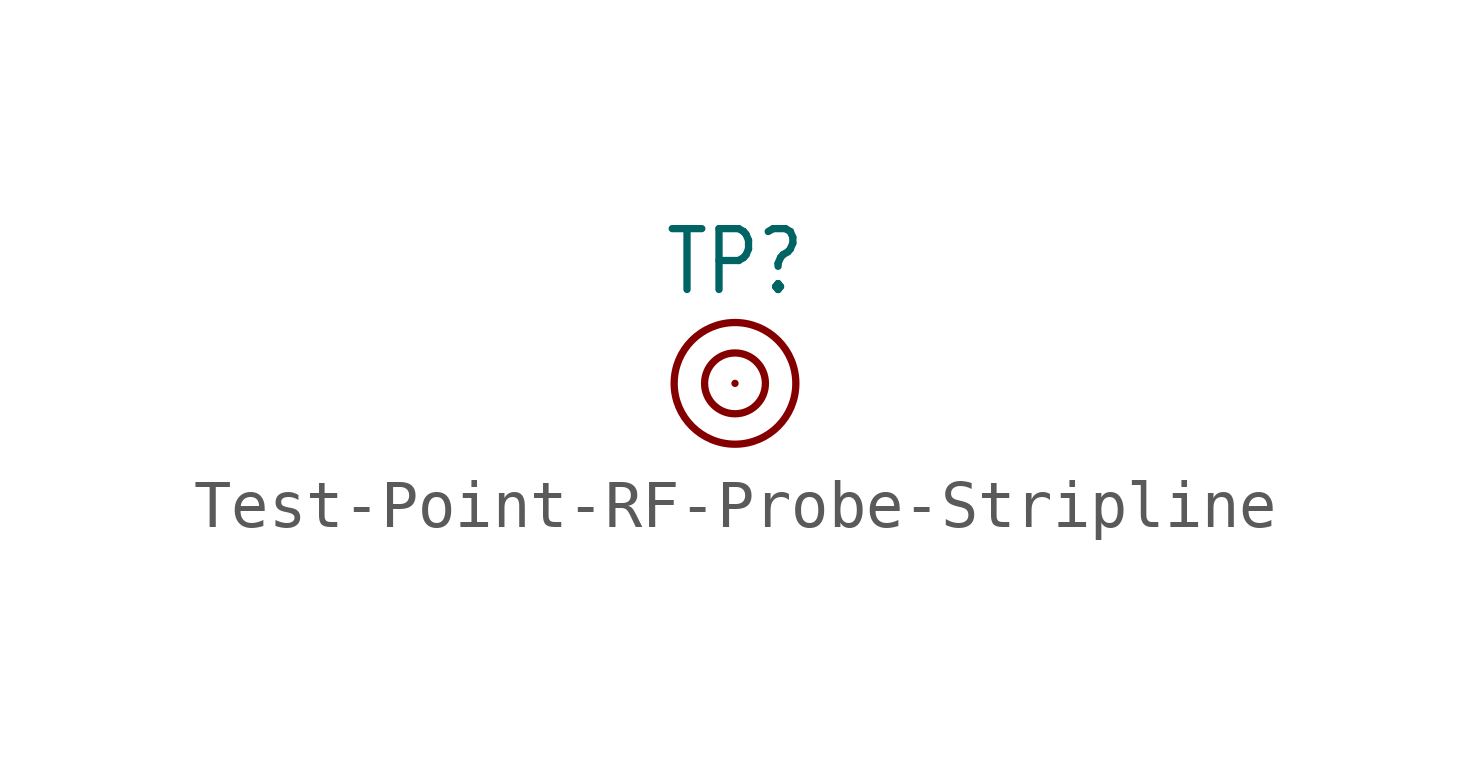
<source format=kicad_sym>
(kicad_symbol_lib
  (version 20241209)
  (generator "kicad_symbol_editor")
  (generator_version "9.0")
  (symbol "Test-Point-RF-Probe-Stripline"
    (property "Reference" "TP"
      (at 0 2.54 0)
      (effects (font (size 1.27 1.079))))
    (symbol "Test-Point-RF-Probe-Stripline_0_1"
      (circle (center 0 0) (radius 0.635) (stroke (width 0) (type default)) (fill (type none)))
      (circle (center 0 0) (radius 1.27) (stroke (width 0) (type default)) (fill (type none))))
    (symbol "Test-Point-RF-Probe-Stripline_1_0"
      (pin passive line (at 0 0 0) (length 0) (name "1" (effects (font (size 0 0)))) (number "1" (effects (font (size 0 0))))))))
</source>
